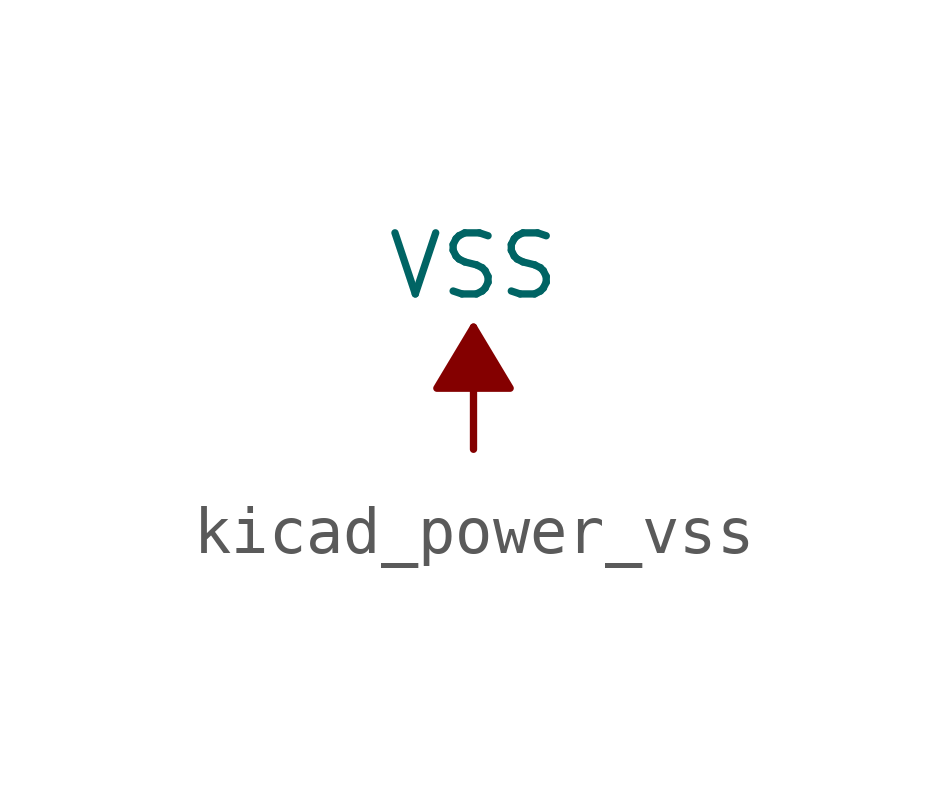
<source format=kicad_sym>
(kicad_symbol_lib
  (version 20220914)
  (generator kicad_symbol_editor)
  (symbol "kicad_power_vss"
    (power)
    (pin_names
      (offset 0))
    (property "Reference" "#PWR"
      (at 0 -3.81 0)
      (effects (font (size 1.27 1.27)) hide))
    (property "Value" "VSS"
      (at 0 3.81 0)
      (effects (font (size 1.27 1.27))))
    (symbol "kicad_power_vss_0_1"
      (polyline (pts (xy 0 0) (xy 0 2.54)) (stroke (width 0) (type default)) (fill (type none)))
      (polyline (pts (xy 0.762 1.27) (xy -0.762 1.27) (xy 0 2.54) (xy 0.762 1.27)) (stroke (width 0) (type default)) (fill (type outline))))
    (symbol "kicad_power_vss_1_1"
      (pin power_in line (at 0 0 90) (length 0) hide (name "VSS" (effects (font (size 1.27 1.27)))) (number "1" (effects (font (size 1.27 1.27))))))))
</source>
